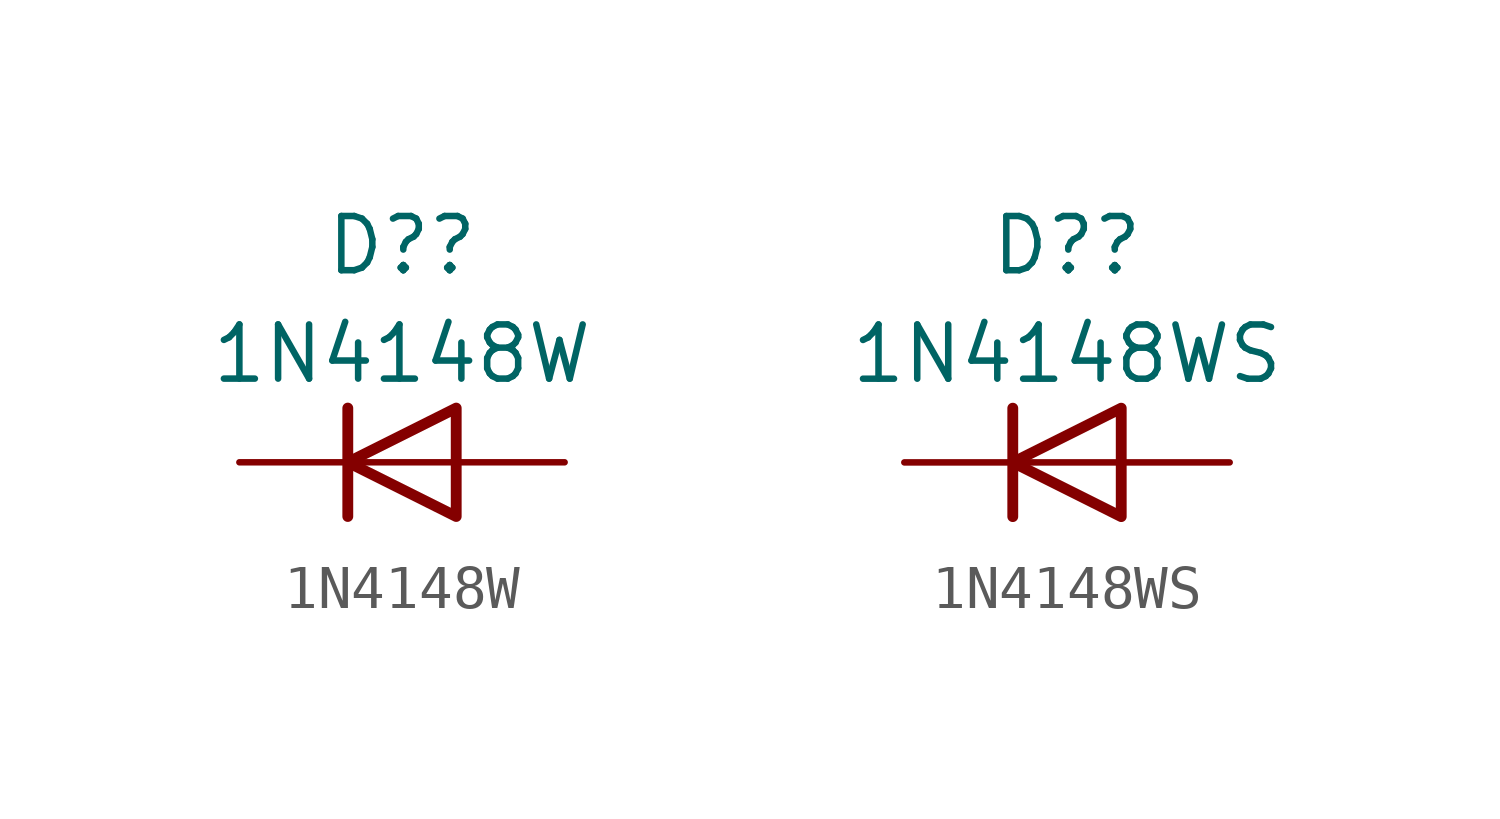
<source format=kicad_sym>
(kicad_symbol_lib
  (version 20220914)
  (generator kicad_symbol_editor)
  (symbol "1N4148W"
    (pin_numbers hide)
    (pin_names hide)
    (property "Reference" "D?"
      (at 0 5.08 0)
      (effects (font (size 1.27 1.27))))
    (property "Value" "1N4148W"
      (at 0 2.54 0)
      (effects (font (size 1.27 1.27))))
    (symbol "1N4148W_0_1"
      (polyline (pts (xy -1.27 1.27) (xy -1.27 -1.27)) (stroke (width 0.254) (type default)) (fill (type none)))
      (polyline (pts (xy 1.27 0) (xy -1.27 0)) (stroke (width 0) (type default)) (fill (type none)))
      (polyline (pts (xy 1.27 1.27) (xy 1.27 -1.27) (xy -1.27 0) (xy 1.27 1.27)) (stroke (width 0.254) (type default)) (fill (type none))))
    (symbol "1N4148W_1_1"
      (pin passive line (at -3.81 0 0) (length 2.54) (name "K" (effects (font (size 1.27 1.27)))) (number "1" (effects (font (size 1.27 1.27)))))
      (pin passive line (at 3.81 0 180) (length 2.54) (name "A" (effects (font (size 1.27 1.27)))) (number "2" (effects (font (size 1.27 1.27)))))))
  (symbol "1N4148WS"
    (pin_numbers hide)
    (pin_names hide)
    (property "Reference" "D?"
      (at 0 5.08 0)
      (effects (font (size 1.27 1.27))))
    (property "Value" "1N4148WS"
      (at 0 2.54 0)
      (effects (font (size 1.27 1.27))))
    (symbol "1N4148WS_0_1"
      (polyline (pts (xy -1.27 1.27) (xy -1.27 -1.27)) (stroke (width 0.254) (type default)) (fill (type none)))
      (polyline (pts (xy 1.27 0) (xy -1.27 0)) (stroke (width 0) (type default)) (fill (type none)))
      (polyline (pts (xy 1.27 1.27) (xy 1.27 -1.27) (xy -1.27 0) (xy 1.27 1.27)) (stroke (width 0.254) (type default)) (fill (type none))))
    (symbol "1N4148WS_1_1"
      (pin passive line (at -3.81 0 0) (length 2.54) (name "K" (effects (font (size 1.27 1.27)))) (number "1" (effects (font (size 1.27 1.27)))))
      (pin passive line (at 3.81 0 180) (length 2.54) (name "A" (effects (font (size 1.27 1.27)))) (number "2" (effects (font (size 1.27 1.27))))))))
</source>
